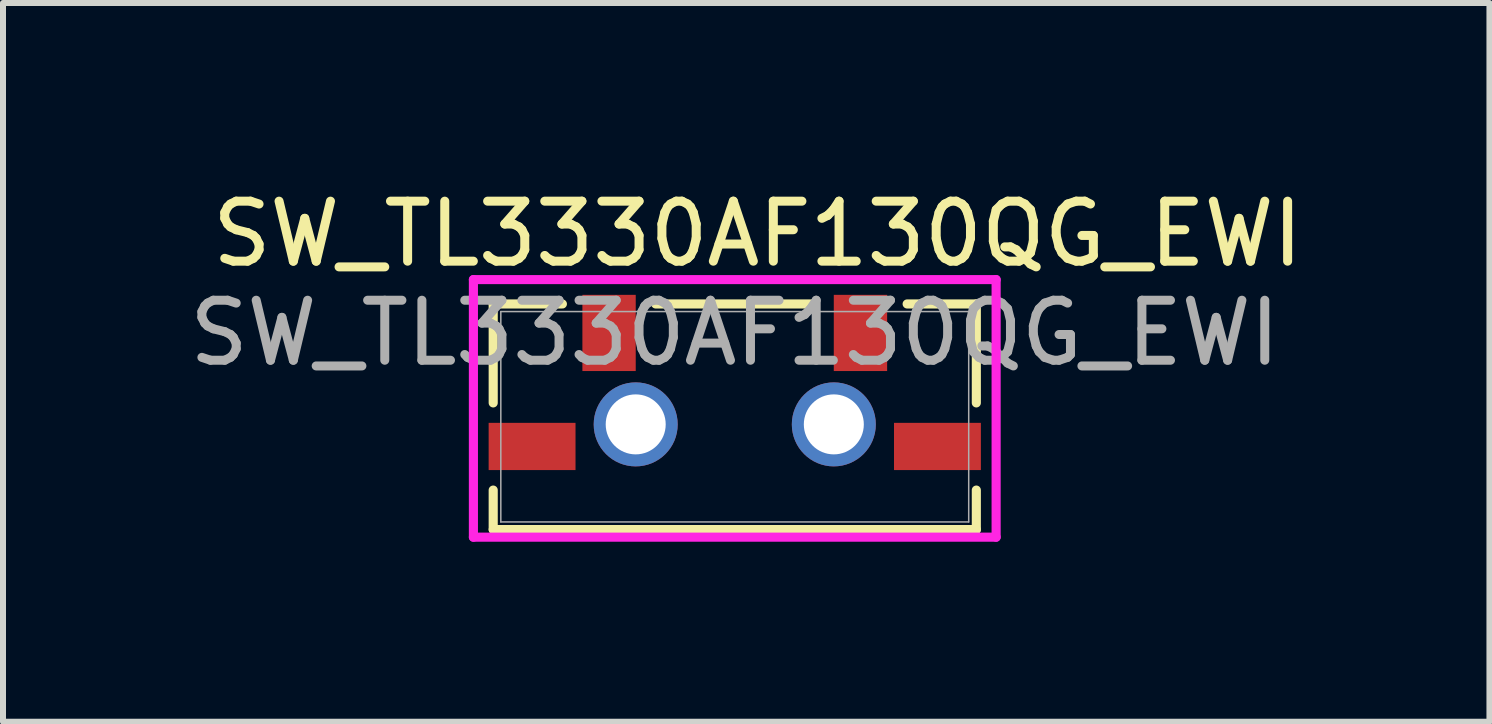
<source format=kicad_pcb>
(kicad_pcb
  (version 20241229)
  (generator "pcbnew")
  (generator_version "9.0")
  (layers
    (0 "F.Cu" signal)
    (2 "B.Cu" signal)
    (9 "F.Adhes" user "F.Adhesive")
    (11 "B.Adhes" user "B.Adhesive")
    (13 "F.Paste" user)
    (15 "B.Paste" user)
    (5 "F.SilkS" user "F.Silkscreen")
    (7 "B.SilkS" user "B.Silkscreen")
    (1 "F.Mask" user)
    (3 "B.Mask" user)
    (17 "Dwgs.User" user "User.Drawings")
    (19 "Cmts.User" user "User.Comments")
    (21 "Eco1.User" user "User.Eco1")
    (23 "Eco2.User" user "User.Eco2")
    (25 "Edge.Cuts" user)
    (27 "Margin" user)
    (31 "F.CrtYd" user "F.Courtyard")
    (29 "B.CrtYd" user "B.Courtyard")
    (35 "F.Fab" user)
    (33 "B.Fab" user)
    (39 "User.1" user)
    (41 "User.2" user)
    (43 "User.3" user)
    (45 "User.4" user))
  (footprint "SW_TL3330AF130QG_EWI"
    (layer "F.Cu")
    (at 9.196 3.896)
    (property "Reference" "SW_TL3330AF130QG_EWI" (at 0.381 -3.048 0) (unlocked yes) (layer "F.SilkS") (effects (font (size 1 1) (thickness 0.15))))
    (attr smd)
    (fp_line (start -4.026 -1.88) (end -4.026 -0.231) (stroke (width 0.152) (type solid)) (layer "F.SilkS"))
    (fp_line (start -4.026 1.222) (end -4.026 1.88) (stroke (width 0.152) (type solid)) (layer "F.SilkS"))
    (fp_line (start -4.026 1.88) (end 4.026 1.88) (stroke (width 0.152) (type solid)) (layer "F.SilkS"))
    (fp_line (start -2.873 -1.88) (end -4.026 -1.88) (stroke (width 0.152) (type solid)) (layer "F.SilkS"))
    (fp_line (start 1.318 -1.88) (end -1.318 -1.88) (stroke (width 0.152) (type solid)) (layer "F.SilkS"))
    (fp_line (start 4.026 -1.88) (end 2.873 -1.88) (stroke (width 0.152) (type solid)) (layer "F.SilkS"))
    (fp_line (start 4.026 -0.231) (end 4.026 -1.88) (stroke (width 0.152) (type solid)) (layer "F.SilkS"))
    (fp_line (start 4.026 1.88) (end 4.026 1.222) (stroke (width 0.152) (type solid)) (layer "F.SilkS"))
    (fp_line (start -4.356 -2.286) (end -4.356 2.007) (stroke (width 0.152) (type solid)) (layer "F.CrtYd"))
    (fp_line (start -4.356 2.007) (end 4.356 2.007) (stroke (width 0.152) (type solid)) (layer "F.CrtYd"))
    (fp_line (start 4.356 -2.286) (end -4.356 -2.286) (stroke (width 0.152) (type solid)) (layer "F.CrtYd"))
    (fp_line (start 4.356 2.007) (end 4.356 -2.286) (stroke (width 0.152) (type solid)) (layer "F.CrtYd"))
    (fp_line (start -3.899 -1.753) (end -3.899 1.753) (stroke (width 0.025) (type solid)) (layer "F.Fab"))
    (fp_line (start -3.899 1.753) (end 3.899 1.753) (stroke (width 0.025) (type solid)) (layer "F.Fab"))
    (fp_line (start 3.899 -1.753) (end -3.899 -1.753) (stroke (width 0.025) (type solid)) (layer "F.Fab"))
    (fp_line (start 3.899 1.753) (end 3.899 -1.753) (stroke (width 0.025) (type solid)) (layer "F.Fab"))
    (fp_text user "${REFERENCE}" (at 0 -1.397 0) (unlocked yes) (layer "F.Fab") (effects (font (size 1 1) (thickness 0.15))))
    (pad "" np_thru_hole circle (at -1.651 0.127) (size 1.4 1.4) (drill 1) (layers "*.Cu" "*.Mask"))
    (pad "" np_thru_hole circle (at 1.651 0.127) (size 1.4 1.4) (drill 1) (layers "*.Cu" "*.Mask"))
    (pad "1" smd rect (at -2.095 -1.397) (size 0.889 1.27) (layers "F.Cu" "F.Mask" "F.Paste"))
    (pad "2" smd rect (at 2.095 -1.397) (size 0.889 1.27) (layers "F.Cu" "F.Mask" "F.Paste"))
    (pad "3" smd rect (at -3.378 0.495) (size 1.448 0.787) (layers "F.Cu" "F.Mask" "F.Paste"))
    (pad "4" smd rect (at 3.378 0.495) (size 1.448 0.787) (layers "F.Cu" "F.Mask" "F.Paste")))
  (gr_rect
    (start -3 -3)
    (end 21.774 8.979)
    (stroke (width 0.1) (type default))
    (fill no)
    (layer "Edge.Cuts")))
</source>
